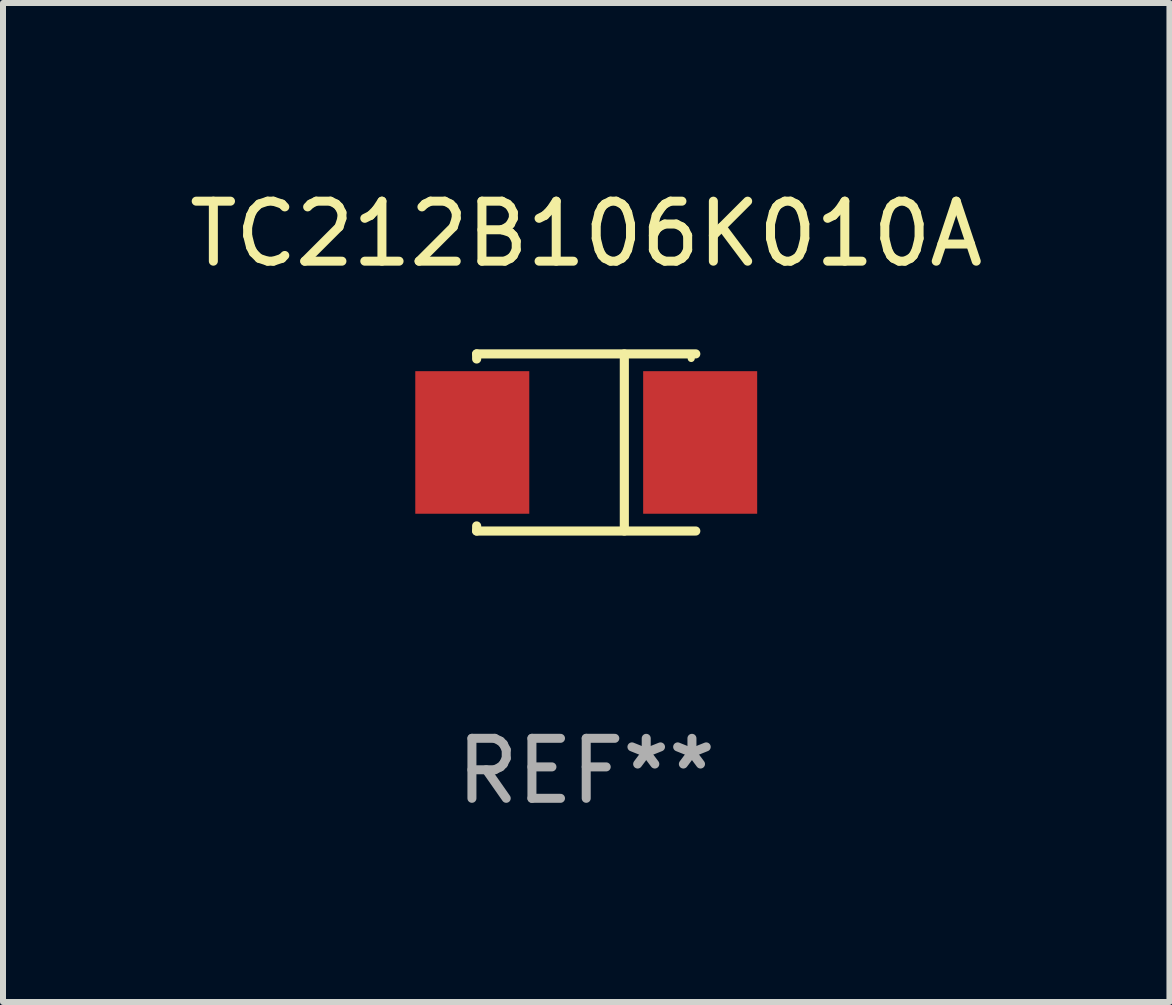
<source format=kicad_pcb>
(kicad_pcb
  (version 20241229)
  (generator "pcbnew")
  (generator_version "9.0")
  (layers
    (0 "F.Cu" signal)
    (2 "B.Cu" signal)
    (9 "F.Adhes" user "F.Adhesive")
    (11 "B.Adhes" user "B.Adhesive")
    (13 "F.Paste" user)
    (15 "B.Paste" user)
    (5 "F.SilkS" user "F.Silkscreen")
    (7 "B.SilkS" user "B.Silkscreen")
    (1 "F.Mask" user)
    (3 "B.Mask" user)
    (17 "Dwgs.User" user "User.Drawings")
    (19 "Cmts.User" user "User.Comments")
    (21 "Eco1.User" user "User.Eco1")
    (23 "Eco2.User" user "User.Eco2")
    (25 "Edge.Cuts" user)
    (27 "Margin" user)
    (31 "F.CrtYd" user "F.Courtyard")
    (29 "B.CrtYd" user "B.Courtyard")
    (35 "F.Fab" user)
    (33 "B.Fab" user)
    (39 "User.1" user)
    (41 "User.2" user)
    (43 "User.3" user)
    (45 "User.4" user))
  (footprint "TC212B106K010A"
    (layer "F.Cu")
    (at 6.72 4.324)
    (property "Reference" "TC212B106K010A" (at 0 -3.476 0) (layer "F.SilkS") (effects (font (size 1 1) (thickness 0.15))))
    (attr through_hole)
    (fp_line (start -1.826 -1.476) (end -1.826 -1.391) (stroke (width 0.152) (type solid)) (layer "F.SilkS"))
    (fp_line (start -1.826 -1.476) (end 1.826 -1.476) (stroke (width 0.152) (type solid)) (layer "F.SilkS"))
    (fp_line (start -1.826 1.476) (end -1.826 1.391) (stroke (width 0.152) (type solid)) (layer "F.SilkS"))
    (fp_line (start -1.826 1.476) (end 1.826 1.476) (stroke (width 0.152) (type solid)) (layer "F.SilkS"))
    (fp_line (start 0.635 -1.476) (end 0.635 1.476) (stroke (width 0.152) (type solid)) (layer "F.SilkS"))
    (fp_circle (center 1.75 -1.4) (end 1.78 -1.4) (stroke (width 0.06) (type solid)) (fill no) (layer "F.SilkS"))
    (fp_text user "REF**" (at 0 5.476 0) (layer "F.Fab") (effects (font (size 1 1) (thickness 0.15))))
    (pad "1" smd rect (at 1.899 0) (size 1.9 2.376) (layers "F.Cu" "F.Mask" "F.Paste"))
    (pad "2" smd rect (at -1.899 0) (size 1.9 2.376) (layers "F.Cu" "F.Mask" "F.Paste")))
  (gr_rect
    (start -3 -3)
    (end 16.44 13.649)
    (stroke (width 0.1) (type default))
    (fill no)
    (layer "Edge.Cuts")))
</source>
